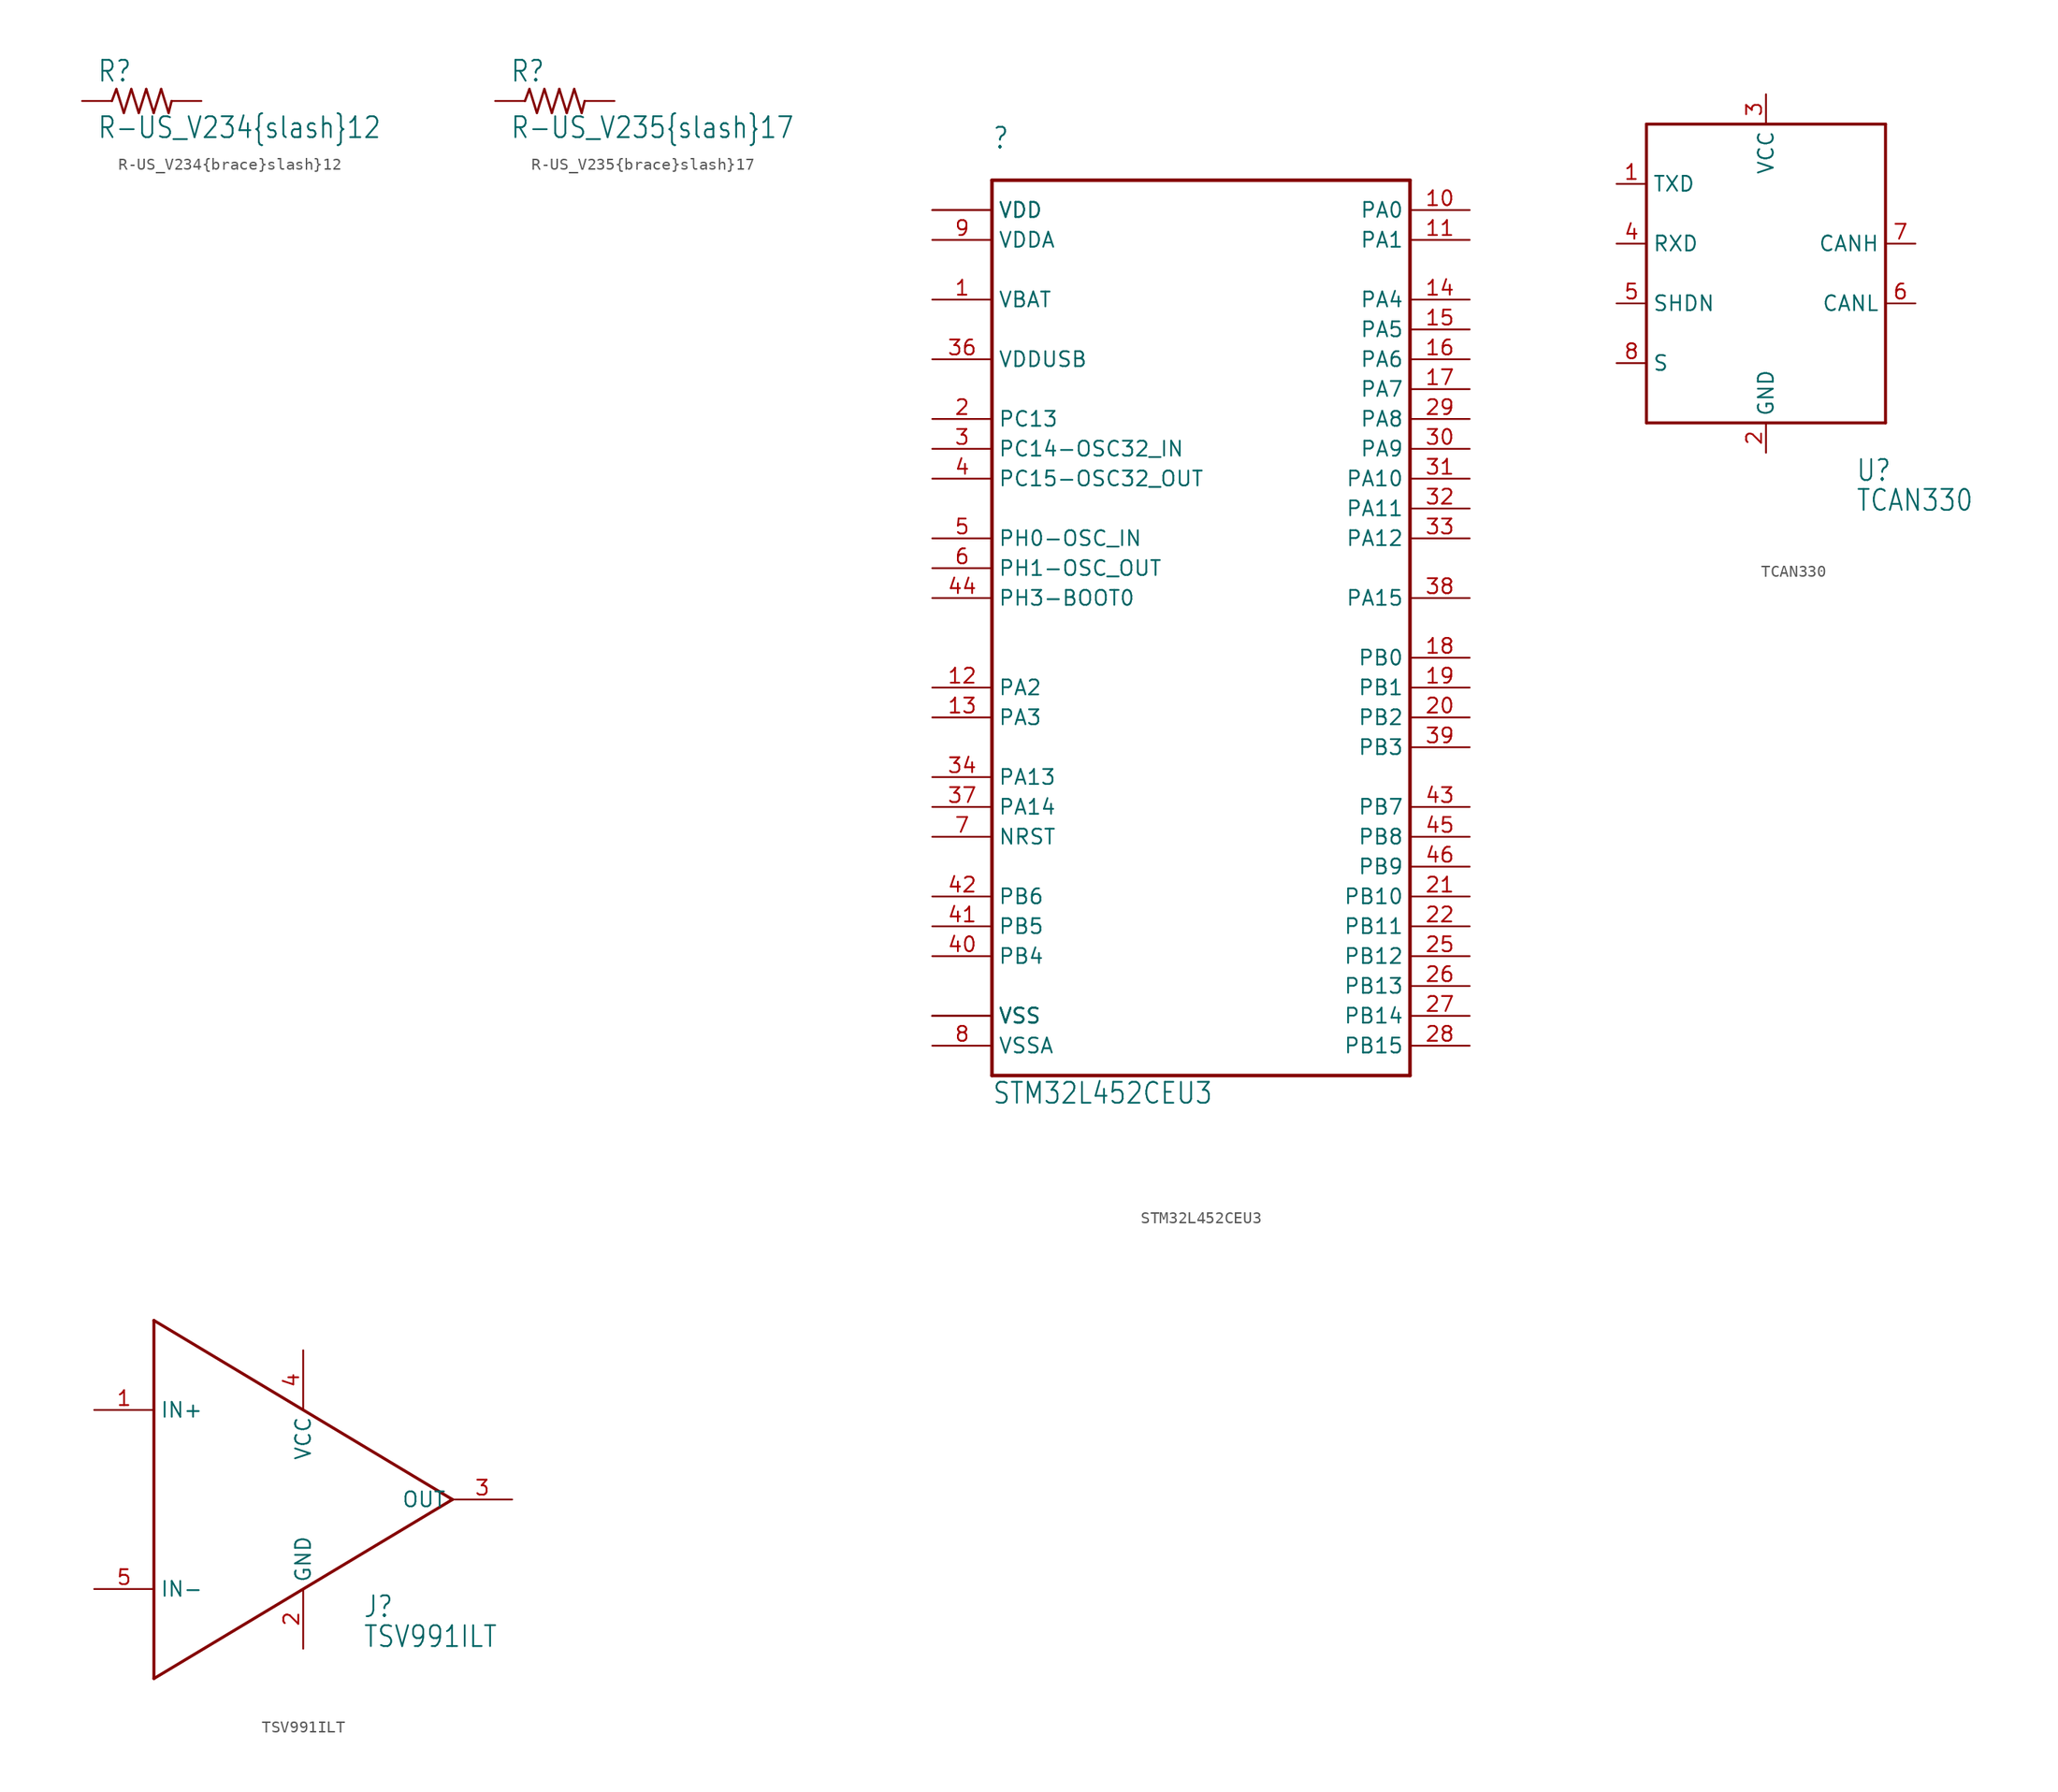
<source format=kicad_sym>
(kicad_symbol_lib
  (version 20210619)
  (generator kicad_symbol_editor)
  (symbol "R-US_V234{brace}slash}12"
    (property "Reference" "R"
      (at -3.81 1.499 0)
      (effects (font (size 1.778 1.511)) (justify left bottom)))
    (property "Value" "R-US_V234{brace}slash}12"
      (at -3.81 -3.302 0)
      (effects (font (size 1.778 1.511)) (justify left bottom)))
    (property "ki_locked" ""
      (at 0 0 0)
      (effects (font (size 1.27 1.27))))
    (symbol "R-US_V234{brace}slash}12_1_0"
      (polyline (pts (xy -2.54 0) (xy -2.159 1.016)) (stroke (width 0.203)) (fill (type none)))
      (polyline (pts (xy -2.159 1.016) (xy -1.524 -1.016)) (stroke (width 0.203)) (fill (type none)))
      (polyline (pts (xy -1.524 -1.016) (xy -0.889 1.016)) (stroke (width 0.203)) (fill (type none)))
      (polyline (pts (xy -0.889 1.016) (xy -0.254 -1.016)) (stroke (width 0.203)) (fill (type none)))
      (polyline (pts (xy -0.254 -1.016) (xy 0.381 1.016)) (stroke (width 0.203)) (fill (type none)))
      (polyline (pts (xy 0.381 1.016) (xy 1.016 -1.016)) (stroke (width 0.203)) (fill (type none)))
      (polyline (pts (xy 1.016 -1.016) (xy 1.651 1.016)) (stroke (width 0.203)) (fill (type none)))
      (polyline (pts (xy 1.651 1.016) (xy 2.286 -1.016)) (stroke (width 0.203)) (fill (type none)))
      (polyline (pts (xy 2.286 -1.016) (xy 2.54 0)) (stroke (width 0.203)) (fill (type none)))
      (pin passive line (at -5.08 0 0) (length 2.54) (name "1" (effects (font (size 0 0)))) (number "1" (effects (font (size 0 0)))))
      (pin passive line (at 5.08 0 180) (length 2.54) (name "2" (effects (font (size 0 0)))) (number "2" (effects (font (size 0 0)))))))
  (symbol "R-US_V235{brace}slash}17"
    (property "Reference" "R"
      (at -3.81 1.499 0)
      (effects (font (size 1.778 1.511)) (justify left bottom)))
    (property "Value" "R-US_V235{brace}slash}17"
      (at -3.81 -3.302 0)
      (effects (font (size 1.778 1.511)) (justify left bottom)))
    (property "ki_locked" ""
      (at 0 0 0)
      (effects (font (size 1.27 1.27))))
    (symbol "R-US_V235{brace}slash}17_1_0"
      (polyline (pts (xy -2.54 0) (xy -2.159 1.016)) (stroke (width 0.203)) (fill (type none)))
      (polyline (pts (xy -2.159 1.016) (xy -1.524 -1.016)) (stroke (width 0.203)) (fill (type none)))
      (polyline (pts (xy -1.524 -1.016) (xy -0.889 1.016)) (stroke (width 0.203)) (fill (type none)))
      (polyline (pts (xy -0.889 1.016) (xy -0.254 -1.016)) (stroke (width 0.203)) (fill (type none)))
      (polyline (pts (xy -0.254 -1.016) (xy 0.381 1.016)) (stroke (width 0.203)) (fill (type none)))
      (polyline (pts (xy 0.381 1.016) (xy 1.016 -1.016)) (stroke (width 0.203)) (fill (type none)))
      (polyline (pts (xy 1.016 -1.016) (xy 1.651 1.016)) (stroke (width 0.203)) (fill (type none)))
      (polyline (pts (xy 1.651 1.016) (xy 2.286 -1.016)) (stroke (width 0.203)) (fill (type none)))
      (polyline (pts (xy 2.286 -1.016) (xy 2.54 0)) (stroke (width 0.203)) (fill (type none)))
      (pin passive line (at -5.08 0 0) (length 2.54) (name "1" (effects (font (size 0 0)))) (number "1" (effects (font (size 0 0)))))
      (pin passive line (at 5.08 0 180) (length 2.54) (name "2" (effects (font (size 0 0)))) (number "2" (effects (font (size 0 0)))))))
  (symbol "STM32L452CEU3"
    (property "Reference" ""
      (at -17.78 40.64 0)
      (effects (font (size 1.778 1.511)) (justify left bottom)))
    (property "Value" "STM32L452CEU3"
      (at -17.78 -40.64 0)
      (effects (font (size 1.778 1.511)) (justify left bottom)))
    (property "ki_locked" ""
      (at 0 0 0)
      (effects (font (size 1.27 1.27))))
    (symbol "STM32L452CEU3_1_0"
      (polyline (pts (xy -17.78 -38.1) (xy 17.78 -38.1)) (stroke (width 0.3)) (fill (type none)))
      (polyline (pts (xy -17.78 38.1) (xy -17.78 -38.1)) (stroke (width 0.3)) (fill (type none)))
      (polyline (pts (xy 17.78 -38.1) (xy 17.78 38.1)) (stroke (width 0.3)) (fill (type none)))
      (polyline (pts (xy 17.78 38.1) (xy -17.78 38.1)) (stroke (width 0.3)) (fill (type none)))
      (pin bidirectional line (at -22.86 27.94 0) (length 5.08) (name "VBAT" (effects (font (size 1.27 1.27)))) (number "1" (effects (font (size 1.27 1.27)))))
      (pin bidirectional line (at 22.86 35.56 180) (length 5.08) (name "PA0" (effects (font (size 1.27 1.27)))) (number "10" (effects (font (size 1.27 1.27)))))
      (pin bidirectional line (at 22.86 33.02 180) (length 5.08) (name "PA1" (effects (font (size 1.27 1.27)))) (number "11" (effects (font (size 1.27 1.27)))))
      (pin bidirectional line (at -22.86 -5.08 0) (length 5.08) (name "PA2" (effects (font (size 1.27 1.27)))) (number "12" (effects (font (size 1.27 1.27)))))
      (pin bidirectional line (at -22.86 -7.62 0) (length 5.08) (name "PA3" (effects (font (size 1.27 1.27)))) (number "13" (effects (font (size 1.27 1.27)))))
      (pin bidirectional line (at 22.86 27.94 180) (length 5.08) (name "PA4" (effects (font (size 1.27 1.27)))) (number "14" (effects (font (size 1.27 1.27)))))
      (pin bidirectional line (at 22.86 25.4 180) (length 5.08) (name "PA5" (effects (font (size 1.27 1.27)))) (number "15" (effects (font (size 1.27 1.27)))))
      (pin bidirectional line (at 22.86 22.86 180) (length 5.08) (name "PA6" (effects (font (size 1.27 1.27)))) (number "16" (effects (font (size 1.27 1.27)))))
      (pin bidirectional line (at 22.86 20.32 180) (length 5.08) (name "PA7" (effects (font (size 1.27 1.27)))) (number "17" (effects (font (size 1.27 1.27)))))
      (pin bidirectional line (at 22.86 -2.54 180) (length 5.08) (name "PB0" (effects (font (size 1.27 1.27)))) (number "18" (effects (font (size 1.27 1.27)))))
      (pin bidirectional line (at 22.86 -5.08 180) (length 5.08) (name "PB1" (effects (font (size 1.27 1.27)))) (number "19" (effects (font (size 1.27 1.27)))))
      (pin bidirectional line (at -22.86 17.78 0) (length 5.08) (name "PC13" (effects (font (size 1.27 1.27)))) (number "2" (effects (font (size 1.27 1.27)))))
      (pin bidirectional line (at 22.86 -7.62 180) (length 5.08) (name "PB2" (effects (font (size 1.27 1.27)))) (number "20" (effects (font (size 1.27 1.27)))))
      (pin bidirectional line (at 22.86 -22.86 180) (length 5.08) (name "PB10" (effects (font (size 1.27 1.27)))) (number "21" (effects (font (size 1.27 1.27)))))
      (pin bidirectional line (at 22.86 -25.4 180) (length 5.08) (name "PB11" (effects (font (size 1.27 1.27)))) (number "22" (effects (font (size 1.27 1.27)))))
      (pin bidirectional line (at -22.86 -33.02 0) (length 5.08) (name "VSS" (effects (font (size 1.27 1.27)))) (number "23" (effects (font (size 0 0)))))
      (pin bidirectional line (at -22.86 35.56 0) (length 5.08) (name "VDD" (effects (font (size 1.27 1.27)))) (number "24" (effects (font (size 0 0)))))
      (pin bidirectional line (at 22.86 -27.94 180) (length 5.08) (name "PB12" (effects (font (size 1.27 1.27)))) (number "25" (effects (font (size 1.27 1.27)))))
      (pin bidirectional line (at 22.86 -30.48 180) (length 5.08) (name "PB13" (effects (font (size 1.27 1.27)))) (number "26" (effects (font (size 1.27 1.27)))))
      (pin bidirectional line (at 22.86 -33.02 180) (length 5.08) (name "PB14" (effects (font (size 1.27 1.27)))) (number "27" (effects (font (size 1.27 1.27)))))
      (pin bidirectional line (at 22.86 -35.56 180) (length 5.08) (name "PB15" (effects (font (size 1.27 1.27)))) (number "28" (effects (font (size 1.27 1.27)))))
      (pin bidirectional line (at 22.86 17.78 180) (length 5.08) (name "PA8" (effects (font (size 1.27 1.27)))) (number "29" (effects (font (size 1.27 1.27)))))
      (pin bidirectional line (at -22.86 15.24 0) (length 5.08) (name "PC14-OSC32_IN" (effects (font (size 1.27 1.27)))) (number "3" (effects (font (size 1.27 1.27)))))
      (pin bidirectional line (at 22.86 15.24 180) (length 5.08) (name "PA9" (effects (font (size 1.27 1.27)))) (number "30" (effects (font (size 1.27 1.27)))))
      (pin bidirectional line (at 22.86 12.7 180) (length 5.08) (name "PA10" (effects (font (size 1.27 1.27)))) (number "31" (effects (font (size 1.27 1.27)))))
      (pin bidirectional line (at 22.86 10.16 180) (length 5.08) (name "PA11" (effects (font (size 1.27 1.27)))) (number "32" (effects (font (size 1.27 1.27)))))
      (pin bidirectional line (at 22.86 7.62 180) (length 5.08) (name "PA12" (effects (font (size 1.27 1.27)))) (number "33" (effects (font (size 1.27 1.27)))))
      (pin bidirectional line (at -22.86 -12.7 0) (length 5.08) (name "PA13" (effects (font (size 1.27 1.27)))) (number "34" (effects (font (size 1.27 1.27)))))
      (pin bidirectional line (at -22.86 -33.02 0) (length 5.08) (name "VSS" (effects (font (size 1.27 1.27)))) (number "35" (effects (font (size 0 0)))))
      (pin bidirectional line (at -22.86 22.86 0) (length 5.08) (name "VDDUSB" (effects (font (size 1.27 1.27)))) (number "36" (effects (font (size 1.27 1.27)))))
      (pin bidirectional line (at -22.86 -15.24 0) (length 5.08) (name "PA14" (effects (font (size 1.27 1.27)))) (number "37" (effects (font (size 1.27 1.27)))))
      (pin bidirectional line (at 22.86 2.54 180) (length 5.08) (name "PA15" (effects (font (size 1.27 1.27)))) (number "38" (effects (font (size 1.27 1.27)))))
      (pin bidirectional line (at 22.86 -10.16 180) (length 5.08) (name "PB3" (effects (font (size 1.27 1.27)))) (number "39" (effects (font (size 1.27 1.27)))))
      (pin bidirectional line (at -22.86 12.7 0) (length 5.08) (name "PC15-OSC32_OUT" (effects (font (size 1.27 1.27)))) (number "4" (effects (font (size 1.27 1.27)))))
      (pin bidirectional line (at -22.86 -27.94 0) (length 5.08) (name "PB4" (effects (font (size 1.27 1.27)))) (number "40" (effects (font (size 1.27 1.27)))))
      (pin bidirectional line (at -22.86 -25.4 0) (length 5.08) (name "PB5" (effects (font (size 1.27 1.27)))) (number "41" (effects (font (size 1.27 1.27)))))
      (pin bidirectional line (at -22.86 -22.86 0) (length 5.08) (name "PB6" (effects (font (size 1.27 1.27)))) (number "42" (effects (font (size 1.27 1.27)))))
      (pin bidirectional line (at 22.86 -15.24 180) (length 5.08) (name "PB7" (effects (font (size 1.27 1.27)))) (number "43" (effects (font (size 1.27 1.27)))))
      (pin bidirectional line (at -22.86 2.54 0) (length 5.08) (name "PH3-BOOT0" (effects (font (size 1.27 1.27)))) (number "44" (effects (font (size 1.27 1.27)))))
      (pin bidirectional line (at 22.86 -17.78 180) (length 5.08) (name "PB8" (effects (font (size 1.27 1.27)))) (number "45" (effects (font (size 1.27 1.27)))))
      (pin bidirectional line (at 22.86 -20.32 180) (length 5.08) (name "PB9" (effects (font (size 1.27 1.27)))) (number "46" (effects (font (size 1.27 1.27)))))
      (pin bidirectional line (at -22.86 -33.02 0) (length 5.08) (name "VSS" (effects (font (size 1.27 1.27)))) (number "47" (effects (font (size 0 0)))))
      (pin bidirectional line (at -22.86 35.56 0) (length 5.08) (name "VDD" (effects (font (size 1.27 1.27)))) (number "48" (effects (font (size 0 0)))))
      (pin bidirectional line (at -22.86 7.62 0) (length 5.08) (name "PH0-OSC_IN" (effects (font (size 1.27 1.27)))) (number "5" (effects (font (size 1.27 1.27)))))
      (pin bidirectional line (at -22.86 5.08 0) (length 5.08) (name "PH1-OSC_OUT" (effects (font (size 1.27 1.27)))) (number "6" (effects (font (size 1.27 1.27)))))
      (pin bidirectional line (at -22.86 -17.78 0) (length 5.08) (name "NRST" (effects (font (size 1.27 1.27)))) (number "7" (effects (font (size 1.27 1.27)))))
      (pin bidirectional line (at -22.86 -35.56 0) (length 5.08) (name "VSSA" (effects (font (size 1.27 1.27)))) (number "8" (effects (font (size 1.27 1.27)))))
      (pin bidirectional line (at -22.86 33.02 0) (length 5.08) (name "VDDA" (effects (font (size 1.27 1.27)))) (number "9" (effects (font (size 1.27 1.27)))))
      (pin bidirectional line (at -22.86 -33.02 0) (length 5.08) (name "VSS" (effects (font (size 1.27 1.27)))) (number "EPAD" (effects (font (size 0 0)))))))
  (symbol "TCAN330"
    (property "Reference" "U"
      (at 7.62 -17.78 0)
      (effects (font (size 1.778 1.511)) (justify left bottom)))
    (property "Value" "TCAN330"
      (at 7.62 -20.32 0)
      (effects (font (size 1.778 1.511)) (justify left bottom)))
    (property "ki_locked" ""
      (at 0 0 0)
      (effects (font (size 1.27 1.27))))
    (symbol "TCAN330_1_0"
      (polyline (pts (xy -10.16 -12.7) (xy 10.16 -12.7)) (stroke (width 0.254)) (fill (type none)))
      (polyline (pts (xy -10.16 12.7) (xy -10.16 -12.7)) (stroke (width 0.254)) (fill (type none)))
      (polyline (pts (xy 10.16 -12.7) (xy 10.16 12.7)) (stroke (width 0.254)) (fill (type none)))
      (polyline (pts (xy 10.16 12.7) (xy -10.16 12.7)) (stroke (width 0.254)) (fill (type none)))
      (pin input line (at -12.7 7.62 0) (length 2.54) (name "TXD" (effects (font (size 1.27 1.27)))) (number "1" (effects (font (size 1.27 1.27)))))
      (pin power_in line (at 0 -15.24 90) (length 2.54) (name "GND" (effects (font (size 1.27 1.27)))) (number "2" (effects (font (size 1.27 1.27)))))
      (pin power_in line (at 0 15.24 270) (length 2.54) (name "VCC" (effects (font (size 1.27 1.27)))) (number "3" (effects (font (size 1.27 1.27)))))
      (pin output line (at -12.7 2.54 0) (length 2.54) (name "RXD" (effects (font (size 1.27 1.27)))) (number "4" (effects (font (size 1.27 1.27)))))
      (pin input line (at -12.7 -2.54 0) (length 2.54) (name "SHDN" (effects (font (size 1.27 1.27)))) (number "5" (effects (font (size 1.27 1.27)))))
      (pin bidirectional line (at 12.7 -2.54 180) (length 2.54) (name "CANL" (effects (font (size 1.27 1.27)))) (number "6" (effects (font (size 1.27 1.27)))))
      (pin bidirectional line (at 12.7 2.54 180) (length 2.54) (name "CANH" (effects (font (size 1.27 1.27)))) (number "7" (effects (font (size 1.27 1.27)))))
      (pin input line (at -12.7 -7.62 0) (length 2.54) (name "S" (effects (font (size 1.27 1.27)))) (number "8" (effects (font (size 1.27 1.27)))))))
  (symbol "TSV991ILT"
    (property "Reference" "J"
      (at 7.62 -10.16 0)
      (effects (font (size 1.778 1.511)) (justify left bottom)))
    (property "Value" "TSV991ILT"
      (at 7.62 -12.7 0)
      (effects (font (size 1.778 1.511)) (justify left bottom)))
    (property "ki_locked" ""
      (at 0 0 0)
      (effects (font (size 1.27 1.27))))
    (symbol "TSV991ILT_1_0"
      (polyline (pts (xy -10.16 -15.24) (xy 15.24 0)) (stroke (width 0.254)) (fill (type none)))
      (polyline (pts (xy -10.16 15.24) (xy -10.16 -15.24)) (stroke (width 0.254)) (fill (type none)))
      (polyline (pts (xy 15.24 0) (xy -10.16 15.24)) (stroke (width 0.254)) (fill (type none)))
      (pin bidirectional line (at -15.24 7.62 0) (length 5.08) (name "IN+" (effects (font (size 1.27 1.27)))) (number "1" (effects (font (size 1.27 1.27)))))
      (pin bidirectional line (at 2.54 -12.7 90) (length 5.08) (name "GND" (effects (font (size 1.27 1.27)))) (number "2" (effects (font (size 1.27 1.27)))))
      (pin bidirectional line (at 20.32 0 180) (length 5.08) (name "OUT" (effects (font (size 1.27 1.27)))) (number "3" (effects (font (size 1.27 1.27)))))
      (pin bidirectional line (at 2.54 12.7 270) (length 5.08) (name "VCC" (effects (font (size 1.27 1.27)))) (number "4" (effects (font (size 1.27 1.27)))))
      (pin bidirectional line (at -15.24 -7.62 0) (length 5.08) (name "IN-" (effects (font (size 1.27 1.27)))) (number "5" (effects (font (size 1.27 1.27))))))))
</source>
